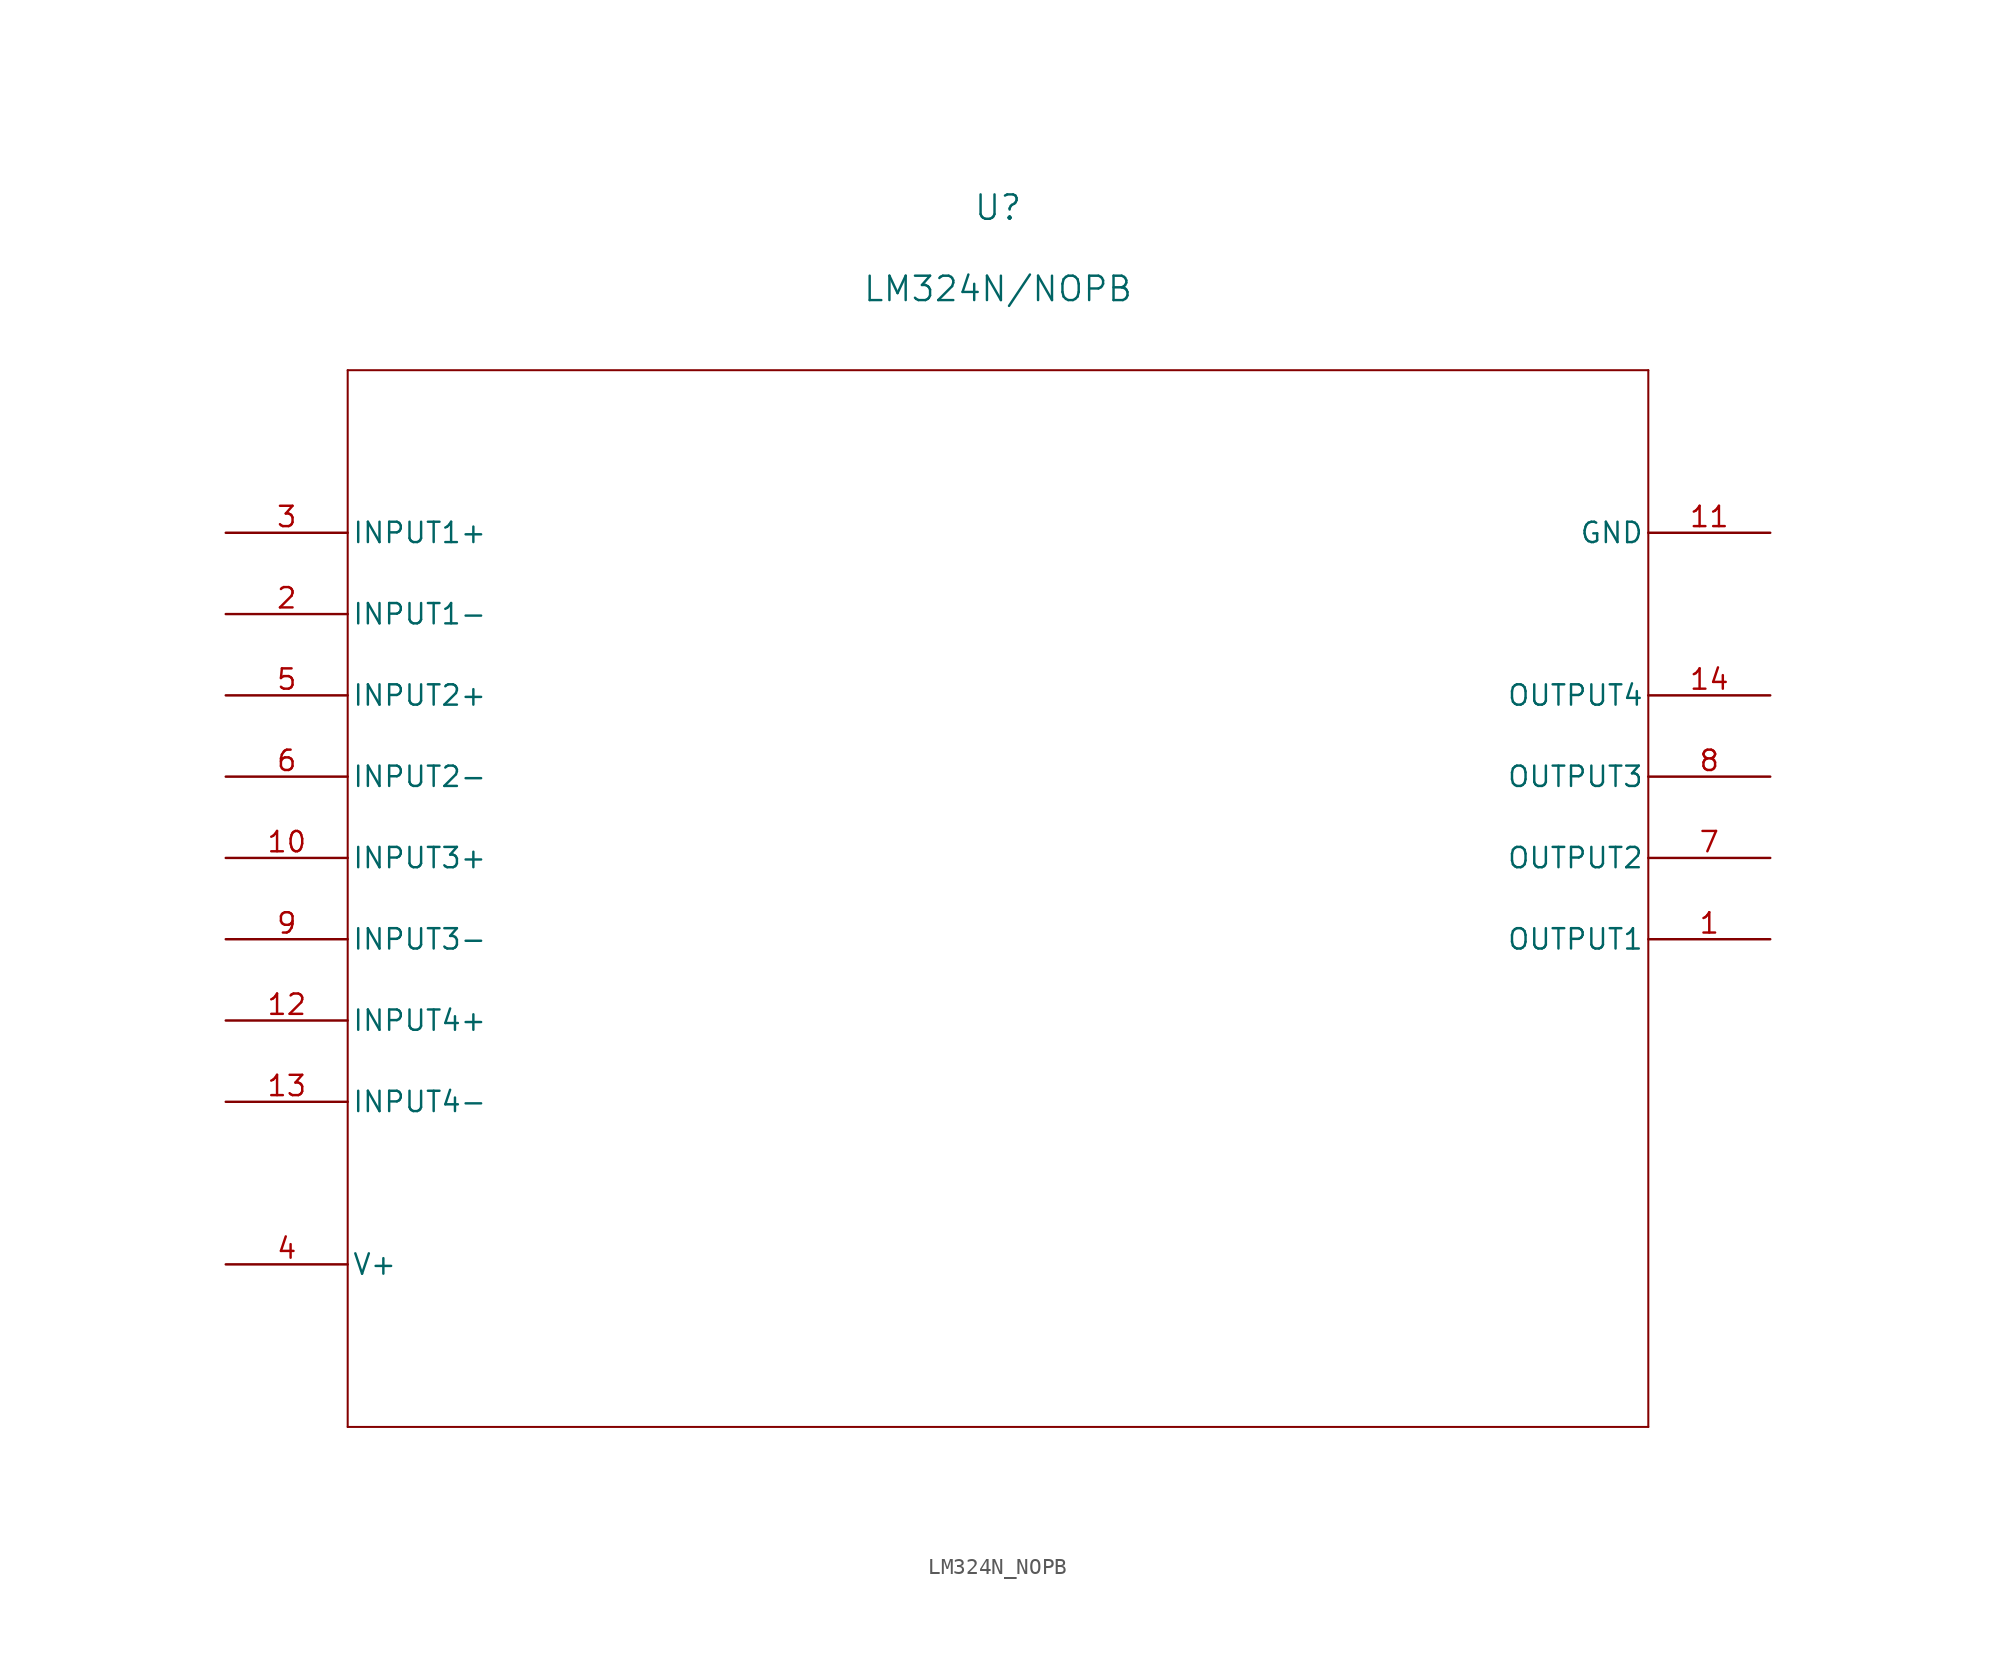
<source format=kicad_sym>
(kicad_symbol_lib
  (version 20211014)
  (generator kicad_symbol_editor)
  (symbol "LM324N_NOPB"
    (pin_names
      (offset 0.254))
    (property "Reference" "U"
      (at 48.26 20.32 0)
      (effects (font (size 1.524 1.524))))
    (property "Value" "LM324N/NOPB"
      (at 48.26 15.24 0)
      (effects (font (size 1.524 1.524))))
    (symbol "LM324N_NOPB_0_1"
      (polyline (pts (xy 7.62 10.16) (xy 7.62 -55.88)) (stroke (width 0.127) (type default) (color 0 0 0 0)) (fill (type none)))
      (polyline (pts (xy 7.62 -55.88) (xy 88.9 -55.88)) (stroke (width 0.127) (type default) (color 0 0 0 0)) (fill (type none)))
      (polyline (pts (xy 88.9 -55.88) (xy 88.9 10.16)) (stroke (width 0.127) (type default) (color 0 0 0 0)) (fill (type none)))
      (polyline (pts (xy 88.9 10.16) (xy 7.62 10.16)) (stroke (width 0.127) (type default) (color 0 0 0 0)) (fill (type none)))
      (pin output line (at 96.52 -25.4 180) (length 7.62) (name "OUTPUT1" (effects (font (size 1.27 1.27)))) (number "1" (effects (font (size 1.27 1.27)))))
      (pin input line (at 0 -5.08 0) (length 7.62) (name "INPUT1-" (effects (font (size 1.27 1.27)))) (number "2" (effects (font (size 1.27 1.27)))))
      (pin input line (at 0 0 0) (length 7.62) (name "INPUT1+" (effects (font (size 1.27 1.27)))) (number "3" (effects (font (size 1.27 1.27)))))
      (pin power_in line (at 0 -45.72 0) (length 7.62) (name "V+" (effects (font (size 1.27 1.27)))) (number "4" (effects (font (size 1.27 1.27)))))
      (pin input line (at 0 -10.16 0) (length 7.62) (name "INPUT2+" (effects (font (size 1.27 1.27)))) (number "5" (effects (font (size 1.27 1.27)))))
      (pin input line (at 0 -15.24 0) (length 7.62) (name "INPUT2-" (effects (font (size 1.27 1.27)))) (number "6" (effects (font (size 1.27 1.27)))))
      (pin output line (at 96.52 -20.32 180) (length 7.62) (name "OUTPUT2" (effects (font (size 1.27 1.27)))) (number "7" (effects (font (size 1.27 1.27)))))
      (pin output line (at 96.52 -15.24 180) (length 7.62) (name "OUTPUT3" (effects (font (size 1.27 1.27)))) (number "8" (effects (font (size 1.27 1.27)))))
      (pin input line (at 0 -25.4 0) (length 7.62) (name "INPUT3-" (effects (font (size 1.27 1.27)))) (number "9" (effects (font (size 1.27 1.27)))))
      (pin input line (at 0 -20.32 0) (length 7.62) (name "INPUT3+" (effects (font (size 1.27 1.27)))) (number "10" (effects (font (size 1.27 1.27)))))
      (pin power_in line (at 96.52 0 180) (length 7.62) (name "GND" (effects (font (size 1.27 1.27)))) (number "11" (effects (font (size 1.27 1.27)))))
      (pin input line (at 0 -30.48 0) (length 7.62) (name "INPUT4+" (effects (font (size 1.27 1.27)))) (number "12" (effects (font (size 1.27 1.27)))))
      (pin input line (at 0 -35.56 0) (length 7.62) (name "INPUT4-" (effects (font (size 1.27 1.27)))) (number "13" (effects (font (size 1.27 1.27)))))
      (pin output line (at 96.52 -10.16 180) (length 7.62) (name "OUTPUT4" (effects (font (size 1.27 1.27)))) (number "14" (effects (font (size 1.27 1.27))))))))
</source>
